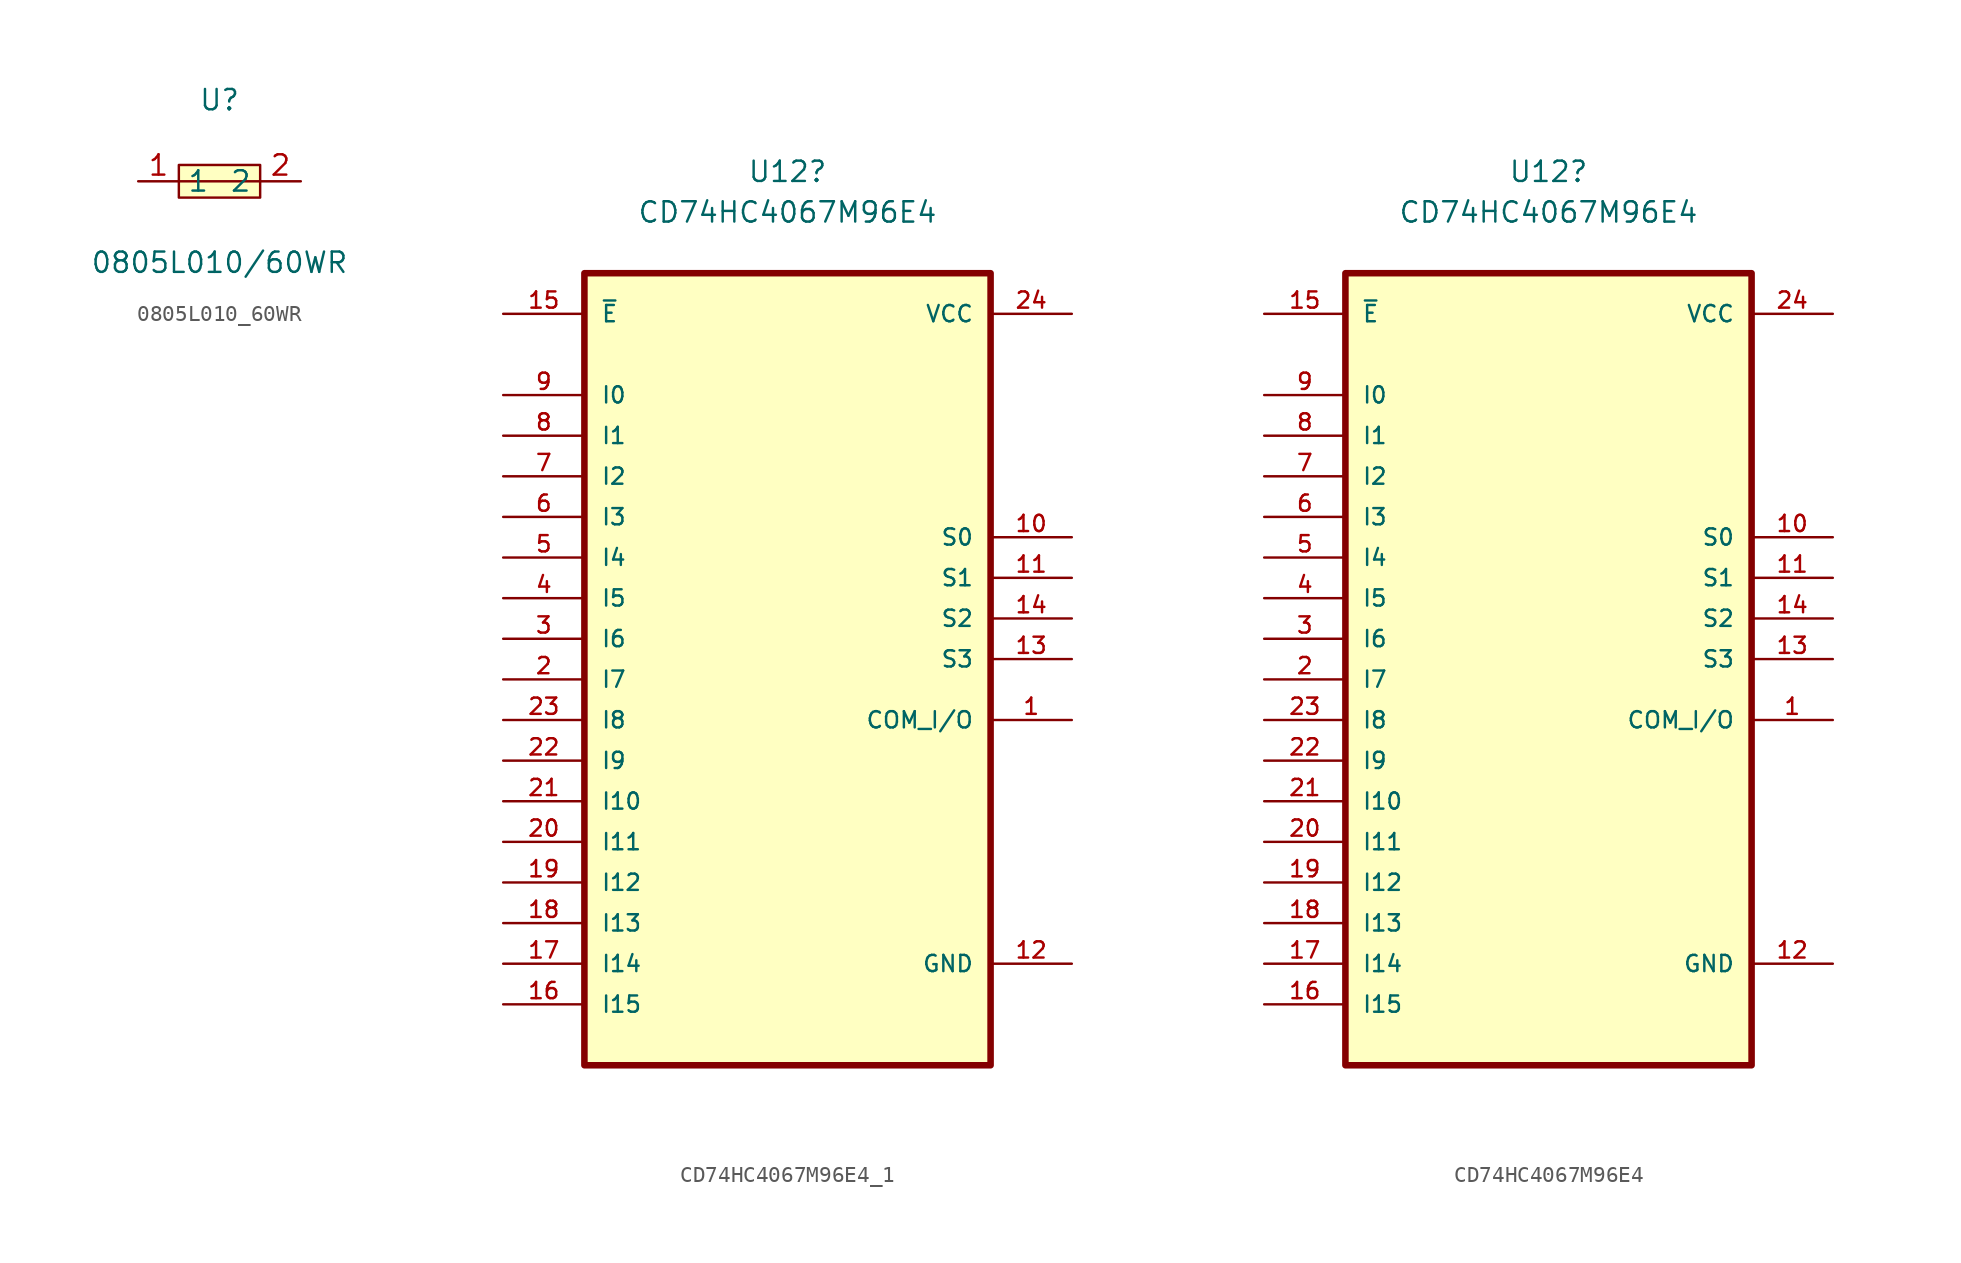
<source format=kicad_sym>
(kicad_symbol_lib
  (version 20241209)
  (generator "kicad_symbol_editor")
  (generator_version "9.0")
  (symbol "0805L010_60WR"
    (property "Reference" "U"
      (at 0 5.08 0)
      (effects (font (size 1.27 1.27))))
    (property "Value" "0805L010/60WR"
      (at 0 -5.08 0)
      (effects (font (size 1.27 1.27))))
    (symbol "0805L010_60WR_0_1"
      (rectangle (start -2.54 1.02) (end 2.54 -1.02) (stroke (width 0) (type default)) (fill (type background)))
      (polyline (pts (xy -2.54 0) (xy 2.54 0)) (stroke (width 0) (type default)) (fill (type none)))
      (pin unspecified line (at -5.08 0 0) (length 2.54) (name "1" (effects (font (size 1.27 1.27)))) (number "1" (effects (font (size 1.27 1.27)))))
      (pin unspecified line (at 5.08 0 180) (length 2.54) (name "2" (effects (font (size 1.27 1.27)))) (number "2" (effects (font (size 1.27 1.27)))))))
  (symbol "CD74HC4067M96E4_1"
    (pin_names
      (offset 1.016))
    (property "Reference" "U12"
      (at 0 33.02 0)
      (effects (font (size 1.27 1.27))))
    (property "Value" "CD74HC4067M96E4"
      (at 0 30.48 0)
      (effects (font (size 1.27 1.27))))
    (symbol "CD74HC4067M96E4_1_0_0"
      (rectangle (start -12.7 26.67) (end 12.7 -22.86) (stroke (width 0.41) (type default)) (fill (type background)))
      (pin input line (at -17.78 24.13 0) (length 5.08) (name "~{E}" (effects (font (size 1.016 1.016)))) (number "15" (effects (font (size 1.016 1.016)))))
      (pin bidirectional line (at -17.78 19.05 0) (length 5.08) (name "I0" (effects (font (size 1.016 1.016)))) (number "9" (effects (font (size 1.016 1.016)))))
      (pin bidirectional line (at -17.78 16.51 0) (length 5.08) (name "I1" (effects (font (size 1.016 1.016)))) (number "8" (effects (font (size 1.016 1.016)))))
      (pin bidirectional line (at -17.78 13.97 0) (length 5.08) (name "I2" (effects (font (size 1.016 1.016)))) (number "7" (effects (font (size 1.016 1.016)))))
      (pin bidirectional line (at -17.78 11.43 0) (length 5.08) (name "I3" (effects (font (size 1.016 1.016)))) (number "6" (effects (font (size 1.016 1.016)))))
      (pin bidirectional line (at -17.78 8.89 0) (length 5.08) (name "I4" (effects (font (size 1.016 1.016)))) (number "5" (effects (font (size 1.016 1.016)))))
      (pin bidirectional line (at -17.78 6.35 0) (length 5.08) (name "I5" (effects (font (size 1.016 1.016)))) (number "4" (effects (font (size 1.016 1.016)))))
      (pin bidirectional line (at -17.78 3.81 0) (length 5.08) (name "I6" (effects (font (size 1.016 1.016)))) (number "3" (effects (font (size 1.016 1.016)))))
      (pin bidirectional line (at -17.78 1.27 0) (length 5.08) (name "I7" (effects (font (size 1.016 1.016)))) (number "2" (effects (font (size 1.016 1.016)))))
      (pin bidirectional line (at -17.78 -1.27 0) (length 5.08) (name "I8" (effects (font (size 1.016 1.016)))) (number "23" (effects (font (size 1.016 1.016)))))
      (pin bidirectional line (at -17.78 -3.81 0) (length 5.08) (name "I9" (effects (font (size 1.016 1.016)))) (number "22" (effects (font (size 1.016 1.016)))))
      (pin bidirectional line (at -17.78 -6.35 0) (length 5.08) (name "I10" (effects (font (size 1.016 1.016)))) (number "21" (effects (font (size 1.016 1.016)))))
      (pin bidirectional line (at -17.78 -8.89 0) (length 5.08) (name "I11" (effects (font (size 1.016 1.016)))) (number "20" (effects (font (size 1.016 1.016)))))
      (pin bidirectional line (at -17.78 -11.43 0) (length 5.08) (name "I12" (effects (font (size 1.016 1.016)))) (number "19" (effects (font (size 1.016 1.016)))))
      (pin bidirectional line (at -17.78 -13.97 0) (length 5.08) (name "I13" (effects (font (size 1.016 1.016)))) (number "18" (effects (font (size 1.016 1.016)))))
      (pin bidirectional line (at -17.78 -16.51 0) (length 5.08) (name "I14" (effects (font (size 1.016 1.016)))) (number "17" (effects (font (size 1.016 1.016)))))
      (pin bidirectional line (at -17.78 -19.05 0) (length 5.08) (name "I15" (effects (font (size 1.016 1.016)))) (number "16" (effects (font (size 1.016 1.016)))))
      (pin power_in line (at 17.78 24.13 180) (length 5.08) (name "VCC" (effects (font (size 1.016 1.016)))) (number "24" (effects (font (size 1.016 1.016)))))
      (pin input line (at 17.78 10.16 180) (length 5.08) (name "S0" (effects (font (size 1.016 1.016)))) (number "10" (effects (font (size 1.016 1.016)))))
      (pin input line (at 17.78 7.62 180) (length 5.08) (name "S1" (effects (font (size 1.016 1.016)))) (number "11" (effects (font (size 1.016 1.016)))))
      (pin input line (at 17.78 5.08 180) (length 5.08) (name "S2" (effects (font (size 1.016 1.016)))) (number "14" (effects (font (size 1.016 1.016)))))
      (pin input line (at 17.78 2.54 180) (length 5.08) (name "S3" (effects (font (size 1.016 1.016)))) (number "13" (effects (font (size 1.016 1.016)))))
      (pin bidirectional line (at 17.78 -1.27 180) (length 5.08) (name "COM_I/O" (effects (font (size 1.016 1.016)))) (number "1" (effects (font (size 1.016 1.016)))))
      (pin power_in line (at 17.78 -16.51 180) (length 5.08) (name "GND" (effects (font (size 1.016 1.016)))) (number "12" (effects (font (size 1.016 1.016)))))))
  (symbol "CD74HC4067M96E4"
    (pin_names
      (offset 1.016))
    (property "Reference" "U12"
      (at 0 33.02 0)
      (effects (font (size 1.27 1.27))))
    (property "Value" "CD74HC4067M96E4"
      (at 0 30.48 0)
      (effects (font (size 1.27 1.27))))
    (symbol "CD74HC4067M96E4_0_0"
      (rectangle (start -12.7 26.67) (end 12.7 -22.86) (stroke (width 0.41) (type default)) (fill (type background)))
      (pin input line (at -17.78 24.13 0) (length 5.08) (name "~{E}" (effects (font (size 1.016 1.016)))) (number "15" (effects (font (size 1.016 1.016)))))
      (pin bidirectional line (at -17.78 19.05 0) (length 5.08) (name "I0" (effects (font (size 1.016 1.016)))) (number "9" (effects (font (size 1.016 1.016)))))
      (pin bidirectional line (at -17.78 16.51 0) (length 5.08) (name "I1" (effects (font (size 1.016 1.016)))) (number "8" (effects (font (size 1.016 1.016)))))
      (pin bidirectional line (at -17.78 13.97 0) (length 5.08) (name "I2" (effects (font (size 1.016 1.016)))) (number "7" (effects (font (size 1.016 1.016)))))
      (pin bidirectional line (at -17.78 11.43 0) (length 5.08) (name "I3" (effects (font (size 1.016 1.016)))) (number "6" (effects (font (size 1.016 1.016)))))
      (pin bidirectional line (at -17.78 8.89 0) (length 5.08) (name "I4" (effects (font (size 1.016 1.016)))) (number "5" (effects (font (size 1.016 1.016)))))
      (pin bidirectional line (at -17.78 6.35 0) (length 5.08) (name "I5" (effects (font (size 1.016 1.016)))) (number "4" (effects (font (size 1.016 1.016)))))
      (pin bidirectional line (at -17.78 3.81 0) (length 5.08) (name "I6" (effects (font (size 1.016 1.016)))) (number "3" (effects (font (size 1.016 1.016)))))
      (pin bidirectional line (at -17.78 1.27 0) (length 5.08) (name "I7" (effects (font (size 1.016 1.016)))) (number "2" (effects (font (size 1.016 1.016)))))
      (pin bidirectional line (at -17.78 -1.27 0) (length 5.08) (name "I8" (effects (font (size 1.016 1.016)))) (number "23" (effects (font (size 1.016 1.016)))))
      (pin bidirectional line (at -17.78 -3.81 0) (length 5.08) (name "I9" (effects (font (size 1.016 1.016)))) (number "22" (effects (font (size 1.016 1.016)))))
      (pin bidirectional line (at -17.78 -6.35 0) (length 5.08) (name "I10" (effects (font (size 1.016 1.016)))) (number "21" (effects (font (size 1.016 1.016)))))
      (pin bidirectional line (at -17.78 -8.89 0) (length 5.08) (name "I11" (effects (font (size 1.016 1.016)))) (number "20" (effects (font (size 1.016 1.016)))))
      (pin bidirectional line (at -17.78 -11.43 0) (length 5.08) (name "I12" (effects (font (size 1.016 1.016)))) (number "19" (effects (font (size 1.016 1.016)))))
      (pin bidirectional line (at -17.78 -13.97 0) (length 5.08) (name "I13" (effects (font (size 1.016 1.016)))) (number "18" (effects (font (size 1.016 1.016)))))
      (pin bidirectional line (at -17.78 -16.51 0) (length 5.08) (name "I14" (effects (font (size 1.016 1.016)))) (number "17" (effects (font (size 1.016 1.016)))))
      (pin bidirectional line (at -17.78 -19.05 0) (length 5.08) (name "I15" (effects (font (size 1.016 1.016)))) (number "16" (effects (font (size 1.016 1.016)))))
      (pin power_in line (at 17.78 24.13 180) (length 5.08) (name "VCC" (effects (font (size 1.016 1.016)))) (number "24" (effects (font (size 1.016 1.016)))))
      (pin input line (at 17.78 10.16 180) (length 5.08) (name "S0" (effects (font (size 1.016 1.016)))) (number "10" (effects (font (size 1.016 1.016)))))
      (pin input line (at 17.78 7.62 180) (length 5.08) (name "S1" (effects (font (size 1.016 1.016)))) (number "11" (effects (font (size 1.016 1.016)))))
      (pin input line (at 17.78 5.08 180) (length 5.08) (name "S2" (effects (font (size 1.016 1.016)))) (number "14" (effects (font (size 1.016 1.016)))))
      (pin input line (at 17.78 2.54 180) (length 5.08) (name "S3" (effects (font (size 1.016 1.016)))) (number "13" (effects (font (size 1.016 1.016)))))
      (pin bidirectional line (at 17.78 -1.27 180) (length 5.08) (name "COM_I/O" (effects (font (size 1.016 1.016)))) (number "1" (effects (font (size 1.016 1.016)))))
      (pin power_in line (at 17.78 -16.51 180) (length 5.08) (name "GND" (effects (font (size 1.016 1.016)))) (number "12" (effects (font (size 1.016 1.016))))))))
</source>
